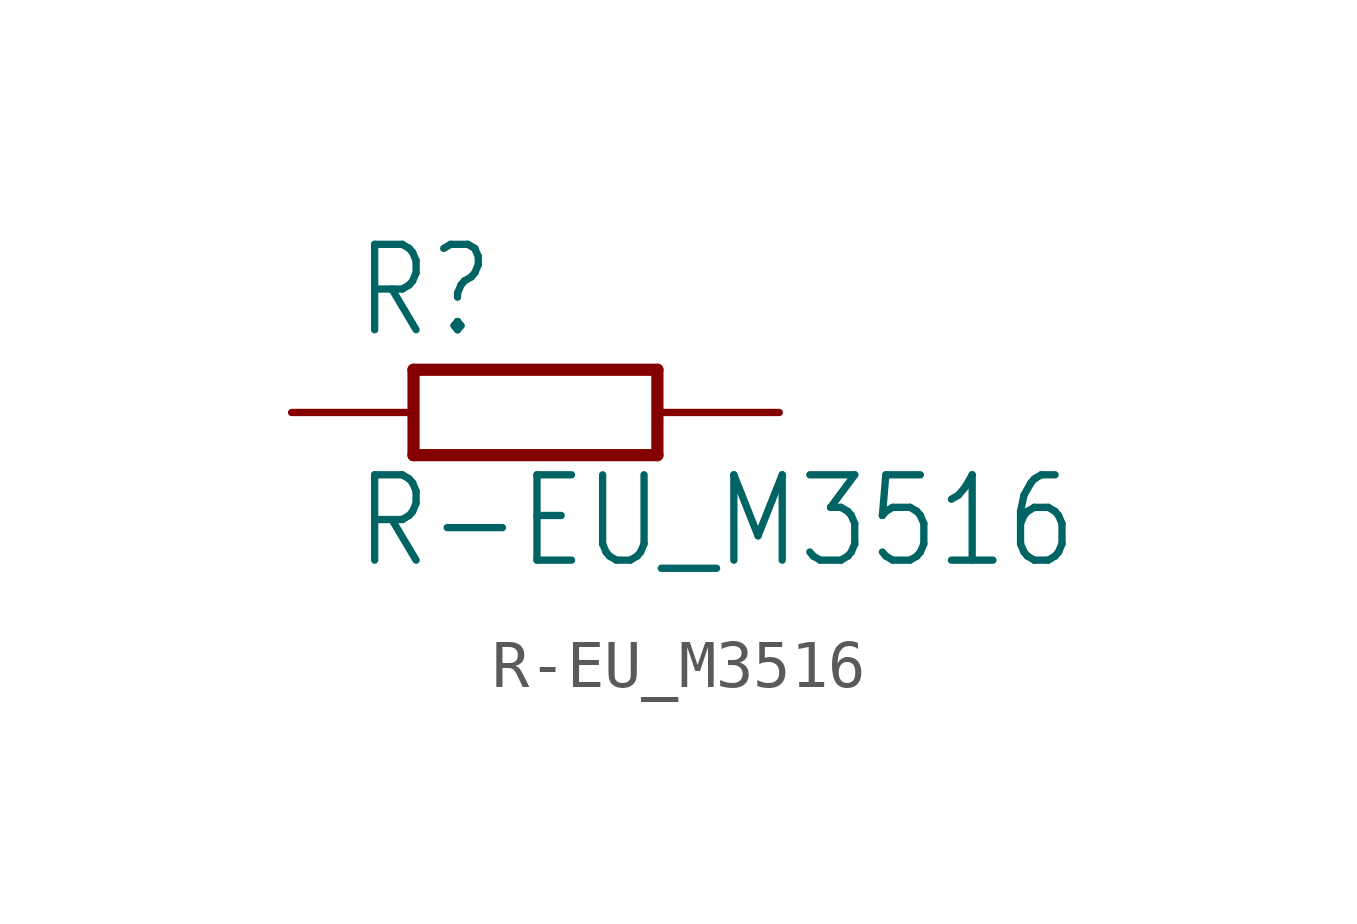
<source format=kicad_sym>
(kicad_symbol_lib
  (version 20220914)
  (generator kicad_symbol_editor)
  (symbol "R-EU_M3516"
    (property "Reference" "R"
      (at -3.81 1.499 0)
      (effects (font (size 1.778 1.511)) (justify left bottom)))
    (property "Value" "R-EU_M3516"
      (at -3.81 -3.302 0)
      (effects (font (size 1.778 1.511)) (justify left bottom)))
    (property "ki_locked" ""
      (at 0 0 0)
      (effects (font (size 1.27 1.27))))
    (symbol "R-EU_M3516_1_0"
      (polyline (pts (xy -2.54 -0.889) (xy -2.54 0.889)) (stroke (width 0.254) (type default)) (fill (type none)))
      (polyline (pts (xy -2.54 -0.889) (xy 2.54 -0.889)) (stroke (width 0.254) (type default)) (fill (type none)))
      (polyline (pts (xy 2.54 -0.889) (xy 2.54 0.889)) (stroke (width 0.254) (type default)) (fill (type none)))
      (polyline (pts (xy 2.54 0.889) (xy -2.54 0.889)) (stroke (width 0.254) (type default)) (fill (type none)))
      (pin passive line (at -5.08 0 0) (length 2.54) (name "1" (effects (font (size 0 0)))) (number "1" (effects (font (size 0 0)))))
      (pin passive line (at 5.08 0 180) (length 2.54) (name "2" (effects (font (size 0 0)))) (number "2" (effects (font (size 0 0))))))))
</source>
